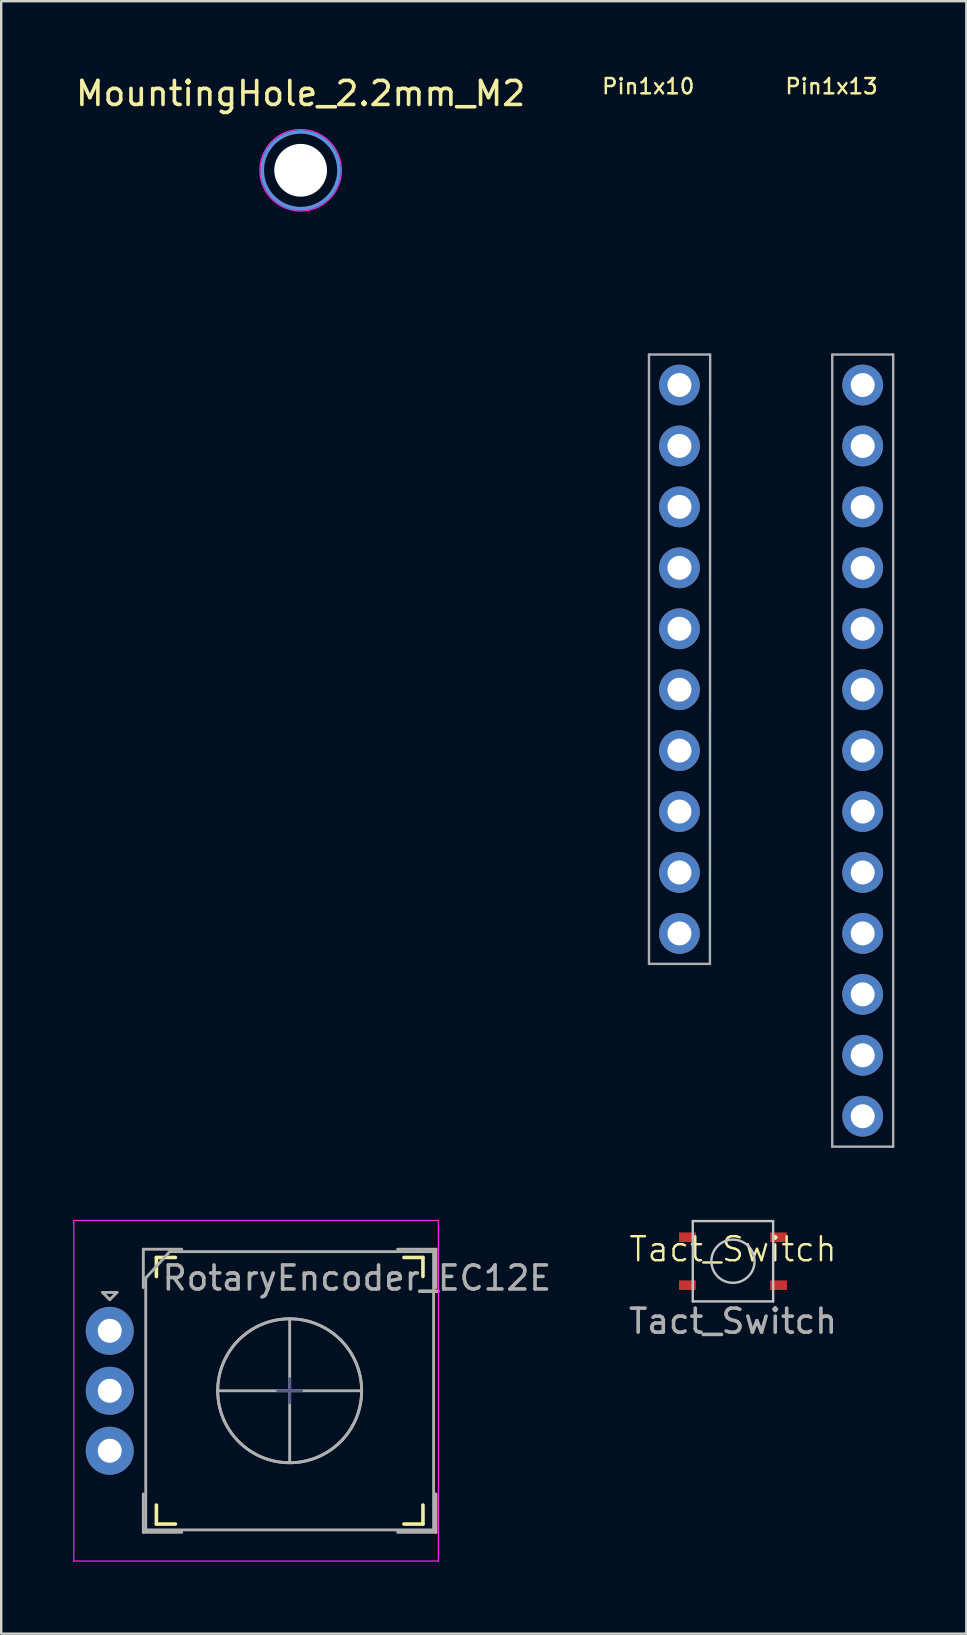
<source format=kicad_pcb>
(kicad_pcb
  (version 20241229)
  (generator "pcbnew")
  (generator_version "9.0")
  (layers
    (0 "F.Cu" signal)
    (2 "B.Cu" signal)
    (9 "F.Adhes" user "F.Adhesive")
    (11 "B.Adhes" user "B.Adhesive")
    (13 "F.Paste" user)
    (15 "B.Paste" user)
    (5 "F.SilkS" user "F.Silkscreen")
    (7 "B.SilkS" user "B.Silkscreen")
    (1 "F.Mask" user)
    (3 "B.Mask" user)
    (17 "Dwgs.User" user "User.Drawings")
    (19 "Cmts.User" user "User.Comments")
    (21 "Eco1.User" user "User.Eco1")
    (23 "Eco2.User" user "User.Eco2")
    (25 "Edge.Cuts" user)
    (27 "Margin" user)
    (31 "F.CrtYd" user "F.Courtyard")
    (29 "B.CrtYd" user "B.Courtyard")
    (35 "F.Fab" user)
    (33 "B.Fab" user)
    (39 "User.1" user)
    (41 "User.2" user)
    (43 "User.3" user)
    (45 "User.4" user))
  (footprint "Pin1x13"
    (layer "F.Cu")
    (at 31.612 11.7)
    (property "Reference" "Pin1x13" (at 0 -11.15 0) (unlocked yes) (layer "F.SilkS") (effects (font (size 0.635 0.635) (thickness 0.102))))
    (attr smd)
    (fp_line (start 0.03 0.03) (end 2.57 0.03) (stroke (width 0.1) (type solid)) (layer "F.Fab"))
    (fp_line (start 0.03 33.05) (end 0.03 0.03) (stroke (width 0.1) (type solid)) (layer "F.Fab"))
    (fp_line (start 2.57 0.03) (end 2.57 33.05) (stroke (width 0.1) (type solid)) (layer "F.Fab"))
    (fp_line (start 2.57 33.05) (end 0.03 33.05) (stroke (width 0.1) (type solid)) (layer "F.Fab"))
    (pad "1" thru_hole circle (at 1.3 1.3) (size 1.7 1.7) (drill 1) (layers "*.Cu" "*.Mask"))
    (pad "2" thru_hole oval (at 1.3 3.84) (size 1.7 1.7) (drill 1) (layers "*.Cu" "*.Mask"))
    (pad "3" thru_hole oval (at 1.3 6.38) (size 1.7 1.7) (drill 1) (layers "*.Cu" "*.Mask"))
    (pad "4" thru_hole oval (at 1.3 8.92) (size 1.7 1.7) (drill 1) (layers "*.Cu" "*.Mask"))
    (pad "5" thru_hole oval (at 1.3 11.46) (size 1.7 1.7) (drill 1) (layers "*.Cu" "*.Mask"))
    (pad "6" thru_hole oval (at 1.3 14) (size 1.7 1.7) (drill 1) (layers "*.Cu" "*.Mask"))
    (pad "7" thru_hole oval (at 1.3 16.54) (size 1.7 1.7) (drill 1) (layers "*.Cu" "*.Mask"))
    (pad "8" thru_hole oval (at 1.3 19.08) (size 1.7 1.7) (drill 1) (layers "*.Cu" "*.Mask"))
    (pad "9" thru_hole oval (at 1.3 21.62) (size 1.7 1.7) (drill 1) (layers "*.Cu" "*.Mask"))
    (pad "10" thru_hole oval (at 1.3 24.16) (size 1.7 1.7) (drill 1) (layers "*.Cu" "*.Mask"))
    (pad "11" thru_hole oval (at 1.3 26.7) (size 1.7 1.7) (drill 1) (layers "*.Cu" "*.Mask"))
    (pad "12" thru_hole oval (at 1.3 29.24) (size 1.7 1.7) (drill 1) (layers "*.Cu" "*.Mask"))
    (pad "13" thru_hole oval (at 1.3 31.78) (size 1.7 1.7) (drill 1) (layers "*.Cu" "*.Mask")))
  (footprint "RotaryEncoder_EC12E"
    (layer "F.Cu")
    (at 9.025 54.925)
    (property "Reference" "RotaryEncoder_EC12E" (at 2.8 -4.7 180) (layer "F.Fab") (effects (font (size 1 1) (thickness 0.15))))
    (attr through_hole)
    (fp_line (start -5.556 -5.556) (end -4.763 -5.556) (stroke (width 0.15) (type solid)) (layer "F.SilkS"))
    (fp_line (start -5.556 -4.763) (end -5.556 -5.556) (stroke (width 0.15) (type solid)) (layer "F.SilkS"))
    (fp_line (start -5.556 5.556) (end -5.556 4.763) (stroke (width 0.15) (type solid)) (layer "F.SilkS"))
    (fp_line (start -4.763 5.556) (end -5.556 5.556) (stroke (width 0.15) (type solid)) (layer "F.SilkS"))
    (fp_line (start 5.556 -5.556) (end 4.763 -5.556) (stroke (width 0.15) (type solid)) (layer "F.SilkS"))
    (fp_line (start 5.556 -4.763) (end 5.556 -5.556) (stroke (width 0.15) (type solid)) (layer "F.SilkS"))
    (fp_line (start 5.556 4.763) (end 5.556 5.556) (stroke (width 0.15) (type solid)) (layer "F.SilkS"))
    (fp_line (start 5.556 5.556) (end 4.763 5.556) (stroke (width 0.15) (type solid)) (layer "F.SilkS"))
    (fp_line (start -9 7.1) (end -9 -7.1) (stroke (width 0.05) (type solid)) (layer "F.CrtYd"))
    (fp_line (start -9 7.1) (end 6.2 7.1) (stroke (width 0.05) (type solid)) (layer "F.CrtYd"))
    (fp_line (start 6.2 -7.1) (end -9 -7.1) (stroke (width 0.05) (type solid)) (layer "F.CrtYd"))
    (fp_line (start 6.2 -7.1) (end 6.2 7.1) (stroke (width 0.05) (type solid)) (layer "F.CrtYd"))
    (fp_line (start 0 0.5) (end 0 -0.5) (stroke (width 0.12) (type solid)) (layer "B.Fab"))
    (fp_line (start 0.5 0) (end -0.5 0) (stroke (width 0.12) (type solid)) (layer "B.Fab"))
    (fp_line (start -7.8 -4.1) (end -7.5 -3.8) (stroke (width 0.12) (type solid)) (layer "F.Fab"))
    (fp_line (start -7.5 -3.8) (end -7.2 -4.1) (stroke (width 0.12) (type solid)) (layer "F.Fab"))
    (fp_line (start -7.2 -4.1) (end -7.8 -4.1) (stroke (width 0.12) (type solid)) (layer "F.Fab"))
    (fp_line (start -6.1 -5.9) (end -4.5 -5.9) (stroke (width 0.12) (type solid)) (layer "F.Fab"))
    (fp_line (start -6.1 -4.3) (end -6.1 -5.9) (stroke (width 0.12) (type solid)) (layer "F.Fab"))
    (fp_line (start -6.1 5.9) (end -6.1 4.3) (stroke (width 0.12) (type solid)) (layer "F.Fab"))
    (fp_line (start -6.1 5.9) (end -4.5 5.9) (stroke (width 0.12) (type solid)) (layer "F.Fab"))
    (fp_line (start -6 -4.7) (end -6 5.8) (stroke (width 0.12) (type solid)) (layer "F.Fab"))
    (fp_line (start -6 5.8) (end 6 5.8) (stroke (width 0.12) (type solid)) (layer "F.Fab"))
    (fp_line (start -5 -5.8) (end -6 -4.7) (stroke (width 0.12) (type solid)) (layer "F.Fab"))
    (fp_line (start 0 3) (end 0 -3) (stroke (width 0.12) (type solid)) (layer "F.Fab"))
    (fp_line (start 3 0) (end -3 0) (stroke (width 0.12) (type solid)) (layer "F.Fab"))
    (fp_line (start 4.5 5.9) (end 6.1 5.9) (stroke (width 0.12) (type solid)) (layer "F.Fab"))
    (fp_line (start 6 -5.8) (end -5 -5.8) (stroke (width 0.12) (type solid)) (layer "F.Fab"))
    (fp_line (start 6 5.8) (end 6 -5.8) (stroke (width 0.12) (type solid)) (layer "F.Fab"))
    (fp_line (start 6.1 -5.9) (end 4.5 -5.9) (stroke (width 0.12) (type solid)) (layer "F.Fab"))
    (fp_line (start 6.1 -4.3) (end 6.1 -5.9) (stroke (width 0.12) (type solid)) (layer "F.Fab"))
    (fp_line (start 6.1 5.9) (end 6.1 4.3) (stroke (width 0.12) (type solid)) (layer "F.Fab"))
    (fp_circle (center 0 0) (end 3 0) (stroke (width 0.12) (type solid)) (fill no) (layer "F.Fab"))
    (fp_circle (center 0 0) (end 3 0) (stroke (width 0.12) (type solid)) (fill no) (layer "F.Fab"))
    (pad "A" thru_hole circle (at -7.5 -2.5) (size 2 2) (drill 1) (layers "*.Cu" "*.Mask"))
    (pad "B" thru_hole circle (at -7.5 2.5) (size 2 2) (drill 1) (layers "*.Cu" "*.Mask"))
    (pad "C" thru_hole circle (at -7.5 0) (size 2 2) (drill 1) (layers "*.Cu" "*.Mask")))
  (footprint "Pin1x10"
    (layer "F.Cu")
    (at 23.973 11.7)
    (property "Reference" "Pin1x10" (at 0 -11.15 0) (unlocked yes) (layer "F.SilkS") (effects (font (size 0.635 0.635) (thickness 0.102))))
    (attr smd)
    (fp_line (start 0.03 0.03) (end 2.57 0.03) (stroke (width 0.1) (type solid)) (layer "F.Fab"))
    (fp_line (start 0.03 25.43) (end 0.03 0.03) (stroke (width 0.1) (type solid)) (layer "F.Fab"))
    (fp_line (start 2.57 25.43) (end 0.03 25.43) (stroke (width 0.1) (type solid)) (layer "F.Fab"))
    (fp_line (start 2.58 0.03) (end 2.57 25.43) (stroke (width 0.1) (type solid)) (layer "F.Fab"))
    (pad "1" thru_hole circle (at 1.3 1.3) (size 1.7 1.7) (drill 1) (layers "*.Cu" "*.Mask"))
    (pad "2" thru_hole oval (at 1.3 3.84) (size 1.7 1.7) (drill 1) (layers "*.Cu" "*.Mask"))
    (pad "3" thru_hole oval (at 1.3 6.38) (size 1.7 1.7) (drill 1) (layers "*.Cu" "*.Mask"))
    (pad "4" thru_hole oval (at 1.3 8.92) (size 1.7 1.7) (drill 1) (layers "*.Cu" "*.Mask"))
    (pad "5" thru_hole oval (at 1.3 11.46) (size 1.7 1.7) (drill 1) (layers "*.Cu" "*.Mask"))
    (pad "6" thru_hole oval (at 1.3 14) (size 1.7 1.7) (drill 1) (layers "*.Cu" "*.Mask"))
    (pad "7" thru_hole oval (at 1.3 16.54) (size 1.7 1.7) (drill 1) (layers "*.Cu" "*.Mask"))
    (pad "8" thru_hole oval (at 1.3 19.08) (size 1.7 1.7) (drill 1) (layers "*.Cu" "*.Mask"))
    (pad "9" thru_hole oval (at 1.3 21.62) (size 1.7 1.7) (drill 1) (layers "*.Cu" "*.Mask"))
    (pad "10" thru_hole oval (at 1.3 24.16) (size 1.7 1.7) (drill 1) (layers "*.Cu" "*.Mask")))
  (footprint "Tact_Switch"
    (layer "F.Cu")
    (at 27.504 49.525)
    (property "Reference" "Tact_Switch" (at 0 -0.5 0) (unlocked yes) (layer "F.SilkS") (effects (font (size 1 1) (thickness 0.1))))
    (attr smd)
    (fp_line (start -1.675 -1.675) (end -1.675 1.675) (stroke (width 0.1) (type default)) (layer "Dwgs.User"))
    (fp_line (start -1.675 -1.675) (end 1.675 -1.675) (stroke (width 0.1) (type default)) (layer "Dwgs.User"))
    (fp_line (start -1.675 1.675) (end 1.675 1.675) (stroke (width 0.1) (type default)) (layer "Dwgs.User"))
    (fp_line (start 1.675 1.675) (end 1.675 -1.675) (stroke (width 0.1) (type default)) (layer "Dwgs.User"))
    (fp_circle (center 0 0) (end 0.9 0) (stroke (width 0.1) (type default)) (fill no) (layer "Dwgs.User"))
    (fp_text user "${REFERENCE}" (at 0 2.5 0) (unlocked yes) (layer "F.Fab") (effects (font (size 1 1) (thickness 0.15))))
    (pad "1" smd rect (at 1.9 -1 180) (size 0.7 0.4) (layers "F.Cu" "F.Mask" "F.Paste"))
    (pad "2" smd rect (at 1.9 1 180) (size 0.7 0.4) (layers "F.Cu" "F.Mask" "F.Paste"))
    (pad "3" smd rect (at -1.9 -1 180) (size 0.7 0.4) (layers "F.Cu" "F.Mask" "F.Paste"))
    (pad "4" smd rect (at -1.9 1 180) (size 0.7 0.4) (layers "F.Cu" "F.Mask" "F.Paste")))
  (footprint "MountingHole_2.2mm_M2"
    (layer "F.Cu")
    (at 9.482 4.048)
    (property "Reference" "MountingHole_2.2mm_M2" (at 0 -3.2 0) (layer "F.SilkS") (effects (font (size 1 1) (thickness 0.15))))
    (attr exclude_from_pos_files exclude_from_bom)
    (fp_circle (center 0 0) (end 1.6 0) (stroke (width 0.15) (type solid)) (fill no) (layer "Cmts.User"))
    (fp_circle (center 0 0) (end 1.7 0) (stroke (width 0.05) (type solid)) (fill no) (layer "F.CrtYd"))
    (pad "" np_thru_hole circle (at 0 0) (size 2.2 2.2) (drill 2.2) (layers "*.Cu" "*.Mask")))
  (gr_rect
    (start -3 -3)
    (end 37.232 65.05)
    (stroke (width 0.1) (type default))
    (fill no)
    (layer "Edge.Cuts")))
</source>
